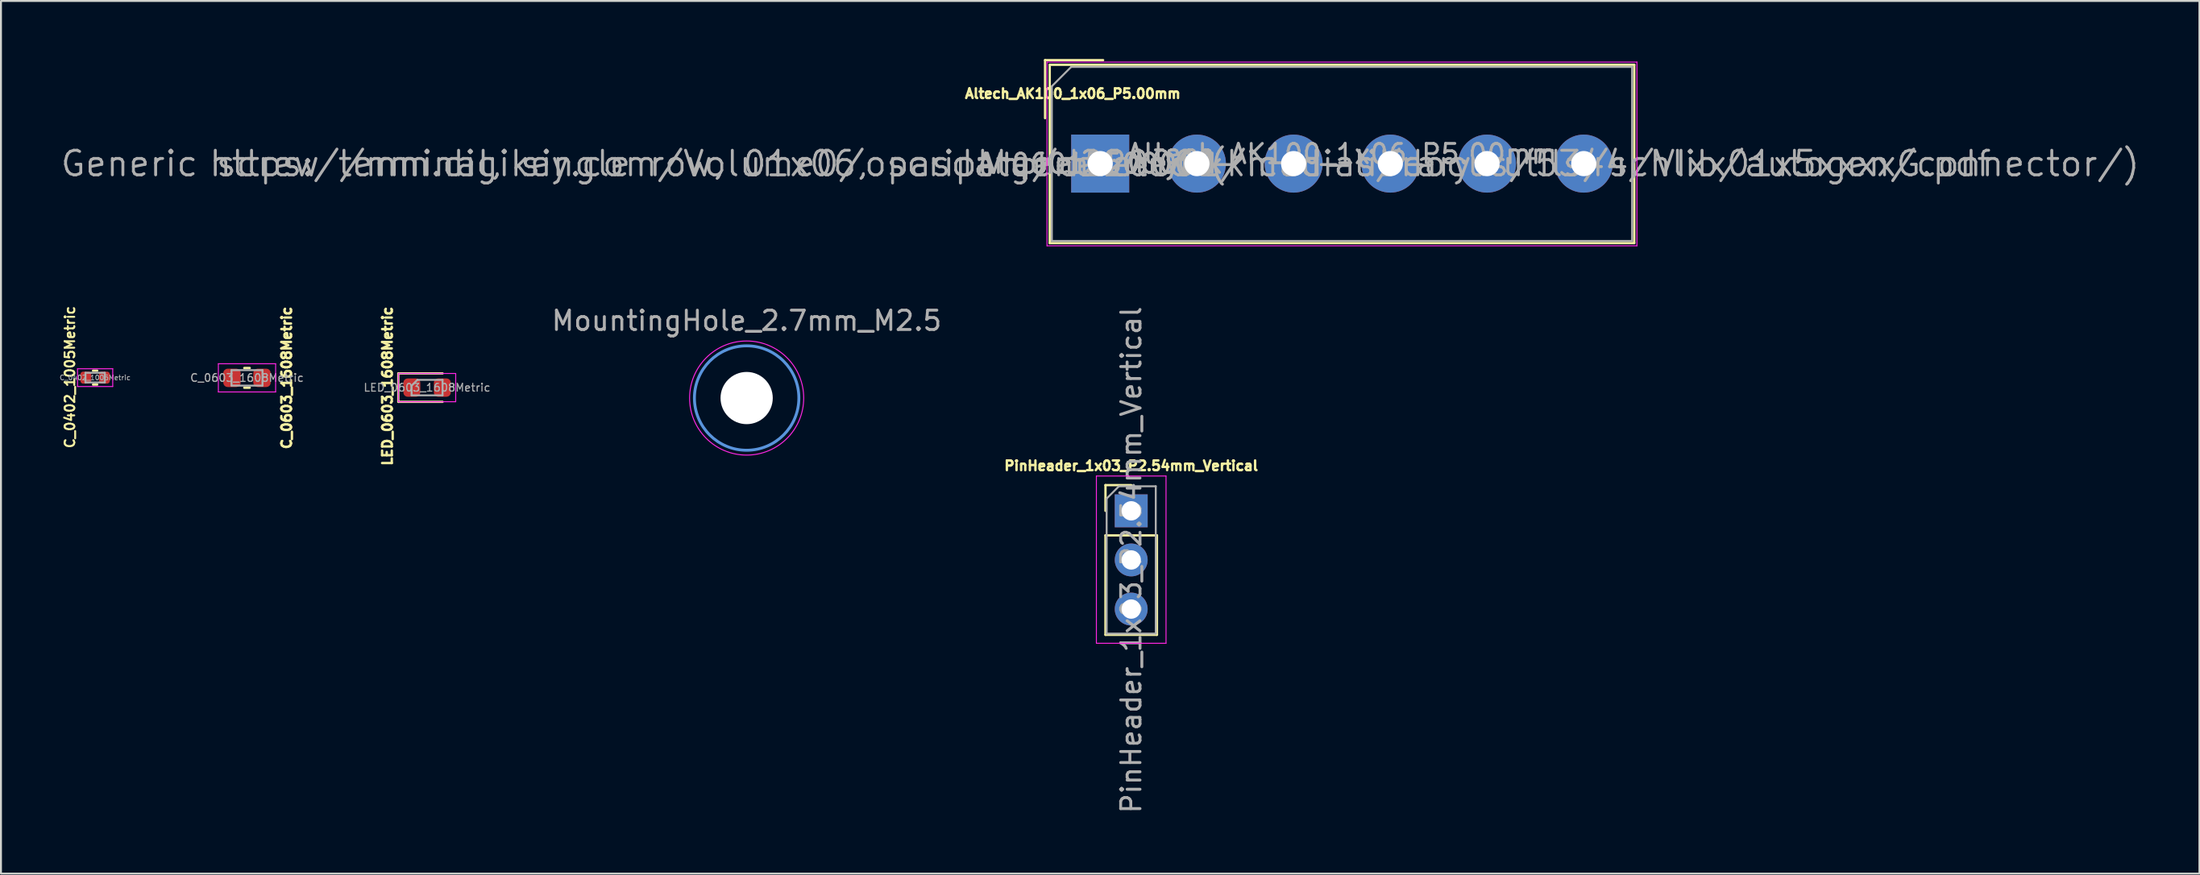
<source format=kicad_pcb>
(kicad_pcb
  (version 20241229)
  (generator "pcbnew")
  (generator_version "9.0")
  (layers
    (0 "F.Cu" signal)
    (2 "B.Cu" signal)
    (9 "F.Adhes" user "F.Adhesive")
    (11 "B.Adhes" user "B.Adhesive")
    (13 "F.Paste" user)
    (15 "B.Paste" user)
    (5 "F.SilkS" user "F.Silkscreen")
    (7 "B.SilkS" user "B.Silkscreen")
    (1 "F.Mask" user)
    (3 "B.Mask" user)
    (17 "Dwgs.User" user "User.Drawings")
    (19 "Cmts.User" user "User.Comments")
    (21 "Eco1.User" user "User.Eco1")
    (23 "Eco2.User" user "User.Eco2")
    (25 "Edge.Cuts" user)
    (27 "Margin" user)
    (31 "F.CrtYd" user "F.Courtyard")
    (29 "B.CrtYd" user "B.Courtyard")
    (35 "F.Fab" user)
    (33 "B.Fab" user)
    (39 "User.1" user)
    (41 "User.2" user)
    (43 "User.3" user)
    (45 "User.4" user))
  (footprint "C_0402_1005Metric"
    (layer "F.Cu")
    (at 1.868 16.477)
    (property "Reference" "C_0402_1005Metric" (at -1.305 -0.025 270) (layer "F.SilkS") (effects (font (size 0.5 0.5) (thickness 0.1) (bold yes))))
    (attr smd)
    (fp_line (start -0.108 -0.36) (end 0.108 -0.36) (stroke (width 0.12) (type solid)) (layer "F.SilkS"))
    (fp_line (start -0.108 0.36) (end 0.108 0.36) (stroke (width 0.12) (type solid)) (layer "F.SilkS"))
    (fp_line (start -0.91 -0.46) (end 0.91 -0.46) (stroke (width 0.05) (type solid)) (layer "F.CrtYd"))
    (fp_line (start -0.91 0.46) (end -0.91 -0.46) (stroke (width 0.05) (type solid)) (layer "F.CrtYd"))
    (fp_line (start 0.91 -0.46) (end 0.91 0.46) (stroke (width 0.05) (type solid)) (layer "F.CrtYd"))
    (fp_line (start 0.91 0.46) (end -0.91 0.46) (stroke (width 0.05) (type solid)) (layer "F.CrtYd"))
    (fp_line (start -0.5 -0.25) (end 0.5 -0.25) (stroke (width 0.1) (type solid)) (layer "F.Fab"))
    (fp_line (start -0.5 0.25) (end -0.5 -0.25) (stroke (width 0.1) (type solid)) (layer "F.Fab"))
    (fp_line (start 0.5 -0.25) (end 0.5 0.25) (stroke (width 0.1) (type solid)) (layer "F.Fab"))
    (fp_line (start 0.5 0.25) (end -0.5 0.25) (stroke (width 0.1) (type solid)) (layer "F.Fab"))
    (fp_text user "${REFERENCE}" (at 0 0 180) (layer "F.Fab") (effects (font (size 0.25 0.25) (thickness 0.04))))
    (pad "1" smd roundrect (at -0.48 0) (size 0.56 0.62) (layers "F.Cu" "F.Mask" "F.Paste") (roundrect_rratio 0.25))
    (pad "2" smd roundrect (at 0.48 0) (size 0.56 0.62) (layers "F.Cu" "F.Mask" "F.Paste") (roundrect_rratio 0.25)))
  (footprint "LED_0603_1608Metric"
    (layer "F.Cu")
    (at 19.03 16.993)
    (property "Reference" "LED_0603_1608Metric" (at -2.05 -0.075 90) (layer "F.SilkS") (effects (font (size 0.5 0.5) (thickness 0.125))))
    (attr smd)
    (fp_line (start -1.485 -0.735) (end -1.485 0.735) (stroke (width 0.12) (type solid)) (layer "F.SilkS"))
    (fp_line (start -1.485 0.735) (end 0.8 0.735) (stroke (width 0.12) (type solid)) (layer "F.SilkS"))
    (fp_line (start 0.8 -0.735) (end -1.485 -0.735) (stroke (width 0.12) (type solid)) (layer "F.SilkS"))
    (fp_line (start -1.48 -0.73) (end 1.48 -0.73) (stroke (width 0.05) (type solid)) (layer "F.CrtYd"))
    (fp_line (start -1.48 0.73) (end -1.48 -0.73) (stroke (width 0.05) (type solid)) (layer "F.CrtYd"))
    (fp_line (start 1.48 -0.73) (end 1.48 0.73) (stroke (width 0.05) (type solid)) (layer "F.CrtYd"))
    (fp_line (start 1.48 0.73) (end -1.48 0.73) (stroke (width 0.05) (type solid)) (layer "F.CrtYd"))
    (fp_line (start -0.8 -0.1) (end -0.8 0.4) (stroke (width 0.1) (type solid)) (layer "F.Fab"))
    (fp_line (start -0.8 0.4) (end 0.8 0.4) (stroke (width 0.1) (type solid)) (layer "F.Fab"))
    (fp_line (start -0.5 -0.4) (end -0.8 -0.1) (stroke (width 0.1) (type solid)) (layer "F.Fab"))
    (fp_line (start 0.8 -0.4) (end -0.5 -0.4) (stroke (width 0.1) (type solid)) (layer "F.Fab"))
    (fp_line (start 0.8 0.4) (end 0.8 -0.4) (stroke (width 0.1) (type solid)) (layer "F.Fab"))
    (fp_text user "${REFERENCE}" (at 0 0 0) (layer "F.Fab") (effects (font (size 0.4 0.4) (thickness 0.06))))
    (pad "1" smd roundrect (at -0.787 0) (size 0.875 0.95) (layers "F.Cu" "F.Mask" "F.Paste") (roundrect_rratio 0.25))
    (pad "2" smd roundrect (at 0.787 0) (size 0.875 0.95) (layers "F.Cu" "F.Mask" "F.Paste") (roundrect_rratio 0.25)))
  (footprint "MountingHole_2.7mm_M2.5"
    (layer "F.Cu")
    (at 35.552 17.533)
    (property "Reference" "MountingHole_2.7mm_M2.5" (at 0 -4 0) (layer "F.Fab") (effects (font (size 1 1) (thickness 0.15))))
    (attr board_only exclude_from_pos_files exclude_from_bom)
    (fp_circle (center 0 0) (end 2.7 0) (stroke (width 0.15) (type solid)) (fill no) (layer "Cmts.User"))
    (fp_circle (center 0 0) (end 2.95 0) (stroke (width 0.05) (type solid)) (fill no) (layer "F.CrtYd"))
    (pad "" np_thru_hole circle (at 0 0) (size 2.7 2.7) (drill 2.7) (layers "*.Cu" "*.Mask")))
  (footprint "C_0603_1608Metric"
    (layer "F.Cu")
    (at 9.72 16.489)
    (property "Reference" "C_0603_1608Metric" (at 2.05 0 270) (layer "F.SilkS") (effects (font (size 0.5 0.5) (thickness 0.125))))
    (attr smd)
    (fp_line (start -0.141 -0.51) (end 0.141 -0.51) (stroke (width 0.12) (type solid)) (layer "F.SilkS"))
    (fp_line (start -0.141 0.51) (end 0.141 0.51) (stroke (width 0.12) (type solid)) (layer "F.SilkS"))
    (fp_line (start -1.48 -0.73) (end 1.48 -0.73) (stroke (width 0.05) (type solid)) (layer "F.CrtYd"))
    (fp_line (start -1.48 0.73) (end -1.48 -0.73) (stroke (width 0.05) (type solid)) (layer "F.CrtYd"))
    (fp_line (start 1.48 -0.73) (end 1.48 0.73) (stroke (width 0.05) (type solid)) (layer "F.CrtYd"))
    (fp_line (start 1.48 0.73) (end -1.48 0.73) (stroke (width 0.05) (type solid)) (layer "F.CrtYd"))
    (fp_line (start -0.8 -0.4) (end 0.8 -0.4) (stroke (width 0.1) (type solid)) (layer "F.Fab"))
    (fp_line (start -0.8 0.4) (end -0.8 -0.4) (stroke (width 0.1) (type solid)) (layer "F.Fab"))
    (fp_line (start 0.8 -0.4) (end 0.8 0.4) (stroke (width 0.1) (type solid)) (layer "F.Fab"))
    (fp_line (start 0.8 0.4) (end -0.8 0.4) (stroke (width 0.1) (type solid)) (layer "F.Fab"))
    (fp_text user "${REFERENCE}" (at 0 0 180) (layer "F.Fab") (effects (font (size 0.4 0.4) (thickness 0.06))))
    (pad "1" smd roundrect (at -0.775 0) (size 0.9 0.95) (layers "F.Cu" "F.Mask" "F.Paste") (roundrect_rratio 0.25))
    (pad "2" smd roundrect (at 0.775 0) (size 0.9 0.95) (layers "F.Cu" "F.Mask" "F.Paste") (roundrect_rratio 0.25)))
  (footprint "PinHeader_1x03_P2.54mm_Vertical"
    (layer "F.Cu")
    (at 55.434 23.365)
    (property "Reference" "PinHeader_1x03_P2.54mm_Vertical" (at 0 -2.33 180) (layer "F.SilkS") (effects (font (size 0.5 0.5) (thickness 0.125))))
    (attr through_hole)
    (fp_line (start -1.33 -1.33) (end 0 -1.33) (stroke (width 0.12) (type solid)) (layer "F.SilkS"))
    (fp_line (start -1.33 0) (end -1.33 -1.33) (stroke (width 0.12) (type solid)) (layer "F.SilkS"))
    (fp_line (start -1.33 1.27) (end -1.33 6.41) (stroke (width 0.12) (type solid)) (layer "F.SilkS"))
    (fp_line (start -1.33 1.27) (end 1.33 1.27) (stroke (width 0.12) (type solid)) (layer "F.SilkS"))
    (fp_line (start -1.33 6.41) (end 1.33 6.41) (stroke (width 0.12) (type solid)) (layer "F.SilkS"))
    (fp_line (start 1.33 1.27) (end 1.33 6.41) (stroke (width 0.12) (type solid)) (layer "F.SilkS"))
    (fp_line (start -1.8 -1.8) (end -1.8 6.85) (stroke (width 0.05) (type solid)) (layer "F.CrtYd"))
    (fp_line (start -1.8 6.85) (end 1.8 6.85) (stroke (width 0.05) (type solid)) (layer "F.CrtYd"))
    (fp_line (start 1.8 -1.8) (end -1.8 -1.8) (stroke (width 0.05) (type solid)) (layer "F.CrtYd"))
    (fp_line (start 1.8 6.85) (end 1.8 -1.8) (stroke (width 0.05) (type solid)) (layer "F.CrtYd"))
    (fp_line (start -1.27 -0.635) (end -0.635 -1.27) (stroke (width 0.1) (type solid)) (layer "F.Fab"))
    (fp_line (start -1.27 6.35) (end -1.27 -0.635) (stroke (width 0.1) (type solid)) (layer "F.Fab"))
    (fp_line (start -0.635 -1.27) (end 1.27 -1.27) (stroke (width 0.1) (type solid)) (layer "F.Fab"))
    (fp_line (start 1.27 -1.27) (end 1.27 6.35) (stroke (width 0.1) (type solid)) (layer "F.Fab"))
    (fp_line (start 1.27 6.35) (end -1.27 6.35) (stroke (width 0.1) (type solid)) (layer "F.Fab"))
    (fp_text user "${REFERENCE}" (at 0 2.54 270) (layer "F.Fab") (effects (font (size 1 1) (thickness 0.15))))
    (pad "1" thru_hole rect (at 0 0) (size 1.7 1.7) (drill 1) (layers "*.Cu" "*.Mask"))
    (pad "2" thru_hole oval (at 0 2.54) (size 1.7 1.7) (drill 1) (layers "*.Cu" "*.Mask"))
    (pad "3" thru_hole oval (at 0 5.08) (size 1.7 1.7) (drill 1) (layers "*.Cu" "*.Mask")))
  (footprint "Altech_AK100_1x06_P5.00mm"
    (layer "F.Cu")
    (at 53.831 5.41)
    (property "Reference" "Altech_AK100_1x06_P5.00mm" (at -1.417 -3.618 0) (layer "F.SilkS") (effects (font (size 0.5 0.5) (thickness 0.125))))
    (property "Datasheet" "https://mm.digikey.com/Volume0/opasdata/d220001/medias/docus/5344/VIxx01x5xxxxG.pdf" (at 0 0 0) (unlocked yes) (layer "F.Fab") (effects (font (size 1.27 1.27) (thickness 0.15))))
    (property "Description" "Generic screw terminal, single row, 01x06, script generated (kicad-library-utils/schlib/autogen/connector/)" (at 0 0 0) (unlocked yes) (layer "F.Fab") (effects (font (size 1.27 1.27) (thickness 0.15))))
    (property "Manufacturer Part Number/ Generic Part Number[PCB Power]" "VI0601550000G" (at 0 0 0) (unlocked yes) (layer "F.Fab") (effects (font (size 1 1) (thickness 0.15))))
    (property "Manufacturer Name" "Amphenol Anytek" (at 0 0 0) (unlocked yes) (layer "F.Fab") (effects (font (size 1 1) (thickness 0.15))))
    (attr through_hole)
    (fp_line (start -2.85 -5.35) (end 0.15 -5.35) (stroke (width 0.12) (type solid)) (layer "F.SilkS"))
    (fp_line (start -2.85 -2.35) (end -2.85 -5.35) (stroke (width 0.12) (type solid)) (layer "F.SilkS"))
    (fp_line (start -2.61 -5.11) (end -2.61 4.11) (stroke (width 0.12) (type solid)) (layer "F.SilkS"))
    (fp_line (start -2.61 -5.11) (end 27.61 -5.11) (stroke (width 0.12) (type solid)) (layer "F.SilkS"))
    (fp_line (start -2.61 4.11) (end 27.61 4.11) (stroke (width 0.12) (type solid)) (layer "F.SilkS"))
    (fp_line (start 27.61 -5.11) (end 27.61 4.11) (stroke (width 0.12) (type solid)) (layer "F.SilkS"))
    (fp_line (start -2.75 -5.25) (end -2.75 4.25) (stroke (width 0.05) (type solid)) (layer "F.CrtYd"))
    (fp_line (start -2.75 -5.25) (end 27.75 -5.25) (stroke (width 0.05) (type solid)) (layer "F.CrtYd"))
    (fp_line (start -2.75 4.25) (end 27.75 4.25) (stroke (width 0.05) (type solid)) (layer "F.CrtYd"))
    (fp_line (start 27.75 -5.25) (end 27.75 4.25) (stroke (width 0.05) (type solid)) (layer "F.CrtYd"))
    (fp_line (start -2.5 -4) (end -1.5 -5) (stroke (width 0.1) (type solid)) (layer "F.Fab"))
    (fp_line (start -2.5 4) (end -2.5 -4) (stroke (width 0.1) (type solid)) (layer "F.Fab"))
    (fp_line (start -1.5 -5) (end 27.5 -5) (stroke (width 0.1) (type solid)) (layer "F.Fab"))
    (fp_line (start 27.5 -5) (end 27.5 4) (stroke (width 0.1) (type solid)) (layer "F.Fab"))
    (fp_line (start 27.5 4) (end -2.5 4) (stroke (width 0.1) (type solid)) (layer "F.Fab"))
    (fp_text user "${REFERENCE}" (at 12.5 -0.5 0) (layer "F.Fab") (effects (font (size 1 1) (thickness 0.15))))
    (pad "1" thru_hole rect (at 0 0) (size 3 3) (drill 1.3) (layers "*.Cu" "*.Mask"))
    (pad "2" thru_hole circle (at 5 0) (size 3 3) (drill 1.3) (layers "*.Cu" "*.Mask"))
    (pad "3" thru_hole circle (at 10 0) (size 3 3) (drill 1.3) (layers "*.Cu" "*.Mask"))
    (pad "4" thru_hole circle (at 15 0) (size 3 3) (drill 1.3) (layers "*.Cu" "*.Mask"))
    (pad "5" thru_hole circle (at 20 0) (size 3 3) (drill 1.3) (layers "*.Cu" "*.Mask"))
    (pad "6" thru_hole circle (at 25 0) (size 3 3) (drill 1.3) (layers "*.Cu" "*.Mask")))
  (gr_rect
    (start -3 -3)
    (end 110.662 42.125)
    (stroke (width 0.1) (type default))
    (fill no)
    (layer "Edge.Cuts")))
</source>
